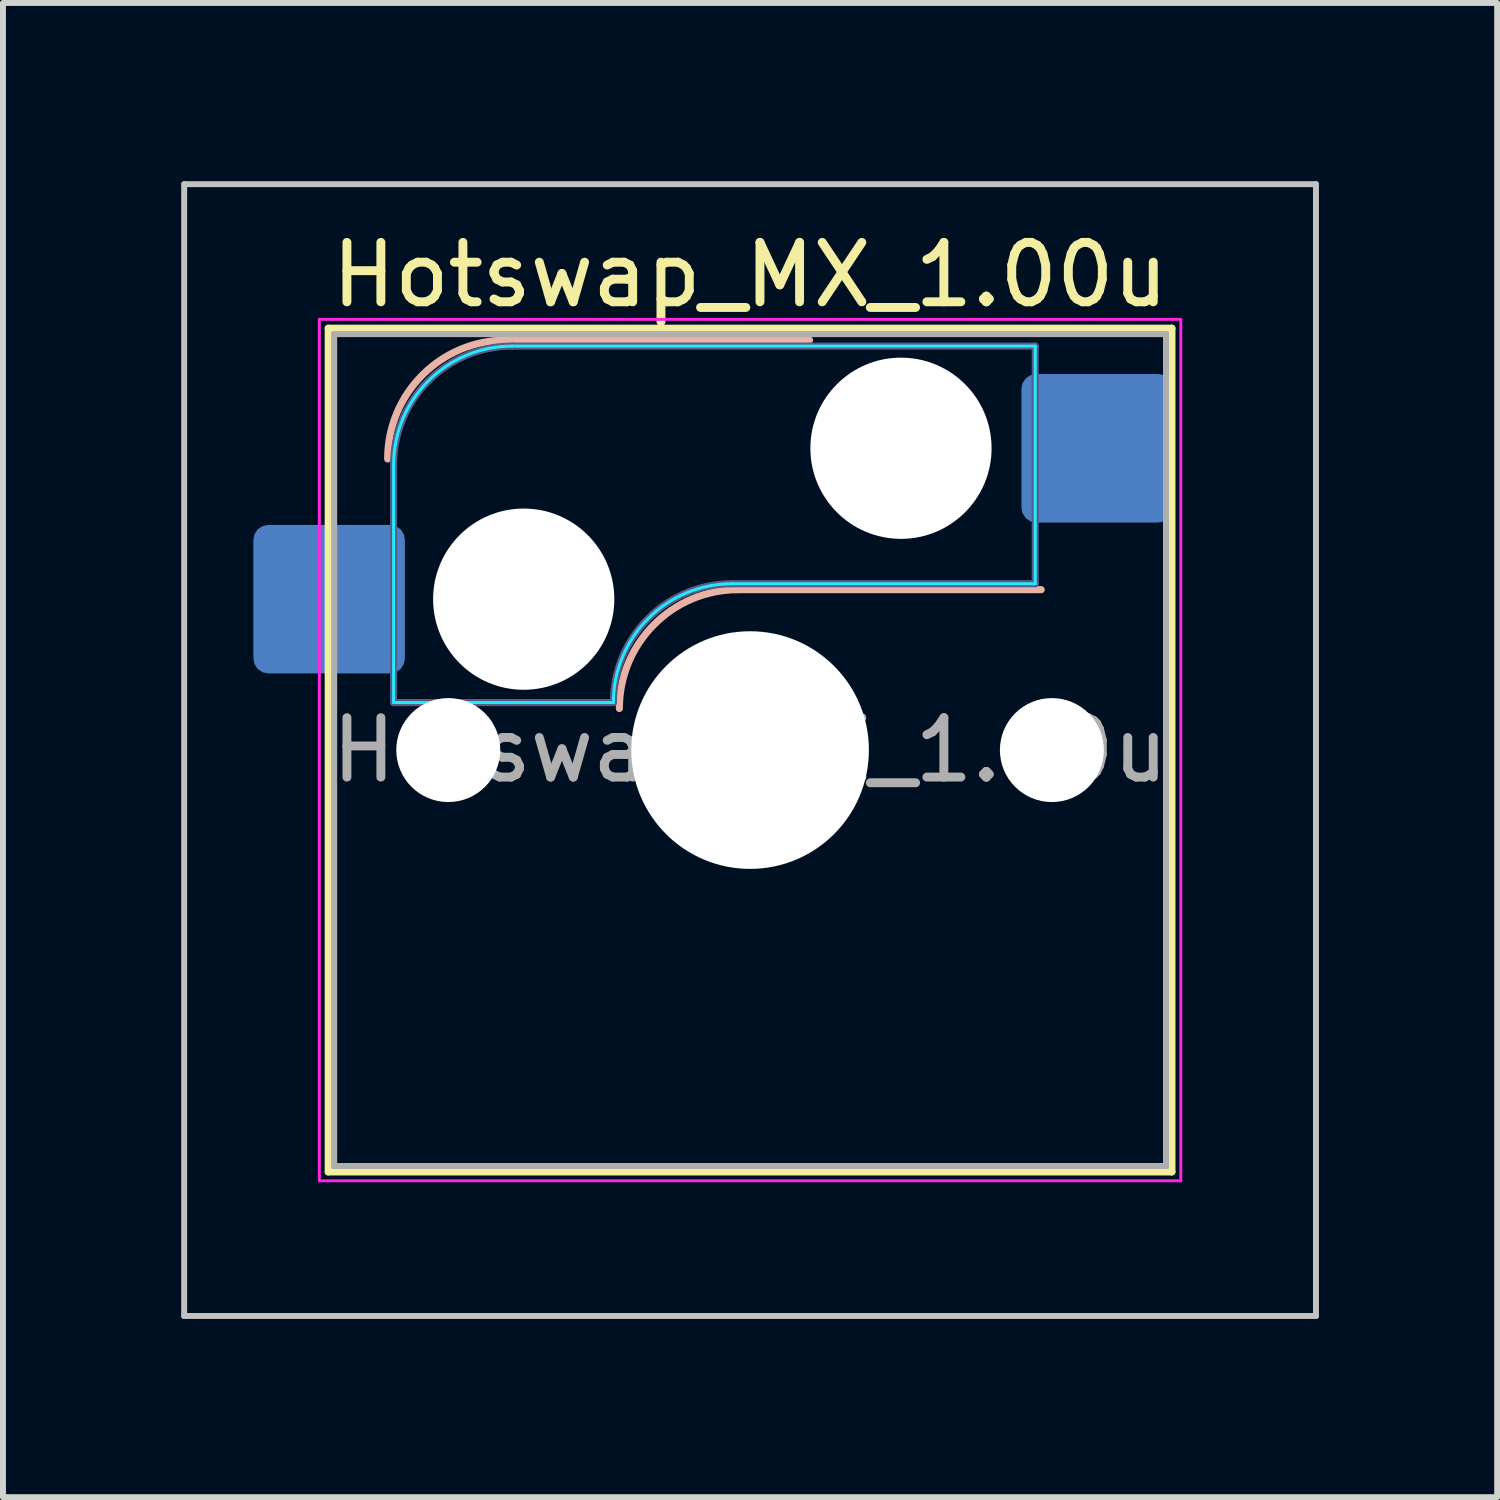
<source format=kicad_pcb>
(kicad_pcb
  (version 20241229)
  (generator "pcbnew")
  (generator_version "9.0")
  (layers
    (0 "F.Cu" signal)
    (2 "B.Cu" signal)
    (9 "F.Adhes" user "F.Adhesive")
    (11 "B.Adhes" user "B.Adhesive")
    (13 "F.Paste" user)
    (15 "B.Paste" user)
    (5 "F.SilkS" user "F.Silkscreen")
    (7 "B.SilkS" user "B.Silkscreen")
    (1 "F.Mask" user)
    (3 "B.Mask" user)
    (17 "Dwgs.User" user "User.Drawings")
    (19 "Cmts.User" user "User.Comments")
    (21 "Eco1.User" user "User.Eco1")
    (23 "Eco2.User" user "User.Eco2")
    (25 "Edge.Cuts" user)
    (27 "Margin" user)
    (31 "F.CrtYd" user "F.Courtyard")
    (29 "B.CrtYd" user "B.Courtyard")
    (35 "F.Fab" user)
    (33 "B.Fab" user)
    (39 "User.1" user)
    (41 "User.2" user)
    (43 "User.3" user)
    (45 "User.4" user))
  (footprint "Hotswap_MX_1.00u"
    (layer "F.Cu")
    (at 9.575 9.575)
    (property "Reference" "Hotswap_MX_1.00u" (at 0 -8 0) (layer "F.SilkS") (effects (font (size 1 1) (thickness 0.15))))
    (attr smd)
    (fp_line (start -7.1 -7.1) (end -7.1 7.1) (stroke (width 0.12) (type solid)) (layer "F.SilkS"))
    (fp_line (start -7.1 7.1) (end 7.1 7.1) (stroke (width 0.12) (type solid)) (layer "F.SilkS"))
    (fp_line (start 7.1 -7.1) (end -7.1 -7.1) (stroke (width 0.12) (type solid)) (layer "F.SilkS"))
    (fp_line (start 7.1 7.1) (end 7.1 -7.1) (stroke (width 0.12) (type solid)) (layer "F.SilkS"))
    (fp_line (start -4.1 -6.9) (end 1 -6.9) (stroke (width 0.12) (type solid)) (layer "B.SilkS"))
    (fp_line (start -0.2 -2.7) (end 4.9 -2.7) (stroke (width 0.12) (type solid)) (layer "B.SilkS"))
    (fp_arc (start -6.1 -4.9) (mid -5.514214 -6.314214) (end -4.1 -6.9) (stroke (width 0.12) (type solid)) (layer "B.SilkS"))
    (fp_arc (start -2.2 -0.7) (mid -1.614214 -2.114214) (end -0.2 -2.7) (stroke (width 0.12) (type solid)) (layer "B.SilkS"))
    (fp_line (start -9.525 -9.525) (end -9.525 9.525) (stroke (width 0.1) (type solid)) (layer "Dwgs.User"))
    (fp_line (start -9.525 9.525) (end 9.525 9.525) (stroke (width 0.1) (type solid)) (layer "Dwgs.User"))
    (fp_line (start 9.525 -9.525) (end -9.525 -9.525) (stroke (width 0.1) (type solid)) (layer "Dwgs.User"))
    (fp_line (start 9.525 9.525) (end 9.525 -9.525) (stroke (width 0.1) (type solid)) (layer "Dwgs.User"))
    (fp_line (start -7.8 -6) (end -7 -6) (stroke (width 0.1) (type solid)) (layer "Eco1.User"))
    (fp_line (start -7.8 -2.9) (end -7.8 -6) (stroke (width 0.1) (type solid)) (layer "Eco1.User"))
    (fp_line (start -7.8 2.9) (end -7 2.9) (stroke (width 0.1) (type solid)) (layer "Eco1.User"))
    (fp_line (start -7.8 6) (end -7.8 2.9) (stroke (width 0.1) (type solid)) (layer "Eco1.User"))
    (fp_line (start -7 -7) (end 7 -7) (stroke (width 0.1) (type solid)) (layer "Eco1.User"))
    (fp_line (start -7 -6) (end -7 -7) (stroke (width 0.1) (type solid)) (layer "Eco1.User"))
    (fp_line (start -7 -2.9) (end -7.8 -2.9) (stroke (width 0.1) (type solid)) (layer "Eco1.User"))
    (fp_line (start -7 2.9) (end -7 -2.9) (stroke (width 0.1) (type solid)) (layer "Eco1.User"))
    (fp_line (start -7 6) (end -7.8 6) (stroke (width 0.1) (type solid)) (layer "Eco1.User"))
    (fp_line (start -7 7) (end -7 6) (stroke (width 0.1) (type solid)) (layer "Eco1.User"))
    (fp_line (start 7 -7) (end 7 -6) (stroke (width 0.1) (type solid)) (layer "Eco1.User"))
    (fp_line (start 7 -6) (end 7.8 -6) (stroke (width 0.1) (type solid)) (layer "Eco1.User"))
    (fp_line (start 7 -2.9) (end 7 2.9) (stroke (width 0.1) (type solid)) (layer "Eco1.User"))
    (fp_line (start 7 2.9) (end 7.8 2.9) (stroke (width 0.1) (type solid)) (layer "Eco1.User"))
    (fp_line (start 7 6) (end 7 7) (stroke (width 0.1) (type solid)) (layer "Eco1.User"))
    (fp_line (start 7 7) (end -7 7) (stroke (width 0.1) (type solid)) (layer "Eco1.User"))
    (fp_line (start 7.8 -6) (end 7.8 -2.9) (stroke (width 0.1) (type solid)) (layer "Eco1.User"))
    (fp_line (start 7.8 -2.9) (end 7 -2.9) (stroke (width 0.1) (type solid)) (layer "Eco1.User"))
    (fp_line (start 7.8 2.9) (end 7.8 6) (stroke (width 0.1) (type solid)) (layer "Eco1.User"))
    (fp_line (start 7.8 6) (end 7 6) (stroke (width 0.1) (type solid)) (layer "Eco1.User"))
    (fp_line (start -6 -0.8) (end -6 -4.8) (stroke (width 0.05) (type solid)) (layer "B.CrtYd"))
    (fp_line (start -6 -0.8) (end -2.3 -0.8) (stroke (width 0.05) (type solid)) (layer "B.CrtYd"))
    (fp_line (start -4 -6.8) (end 4.8 -6.8) (stroke (width 0.05) (type solid)) (layer "B.CrtYd"))
    (fp_line (start -0.3 -2.8) (end 4.8 -2.8) (stroke (width 0.05) (type solid)) (layer "B.CrtYd"))
    (fp_line (start 4.8 -6.8) (end 4.8 -2.8) (stroke (width 0.05) (type solid)) (layer "B.CrtYd"))
    (fp_arc (start -6 -4.8) (mid -5.414214 -6.214214) (end -4 -6.8) (stroke (width 0.05) (type solid)) (layer "B.CrtYd"))
    (fp_arc (start -2.3 -0.8) (mid -1.714214 -2.214214) (end -0.3 -2.8) (stroke (width 0.05) (type solid)) (layer "B.CrtYd"))
    (fp_line (start -7.25 -7.25) (end -7.25 7.25) (stroke (width 0.05) (type solid)) (layer "F.CrtYd"))
    (fp_line (start -7.25 7.25) (end 7.25 7.25) (stroke (width 0.05) (type solid)) (layer "F.CrtYd"))
    (fp_line (start 7.25 -7.25) (end -7.25 -7.25) (stroke (width 0.05) (type solid)) (layer "F.CrtYd"))
    (fp_line (start 7.25 7.25) (end 7.25 -7.25) (stroke (width 0.05) (type solid)) (layer "F.CrtYd"))
    (fp_line (start -6 -0.8) (end -6 -4.8) (stroke (width 0.12) (type solid)) (layer "B.Fab"))
    (fp_line (start -6 -0.8) (end -2.3 -0.8) (stroke (width 0.12) (type solid)) (layer "B.Fab"))
    (fp_line (start -4 -6.8) (end 4.8 -6.8) (stroke (width 0.12) (type solid)) (layer "B.Fab"))
    (fp_line (start -0.3 -2.8) (end 4.8 -2.8) (stroke (width 0.12) (type solid)) (layer "B.Fab"))
    (fp_line (start 4.8 -6.8) (end 4.8 -2.8) (stroke (width 0.12) (type solid)) (layer "B.Fab"))
    (fp_arc (start -6 -4.8) (mid -5.414214 -6.214214) (end -4 -6.8) (stroke (width 0.12) (type solid)) (layer "B.Fab"))
    (fp_arc (start -2.3 -0.8) (mid -1.714214 -2.214214) (end -0.3 -2.8) (stroke (width 0.12) (type solid)) (layer "B.Fab"))
    (fp_line (start -7 -7) (end -7 7) (stroke (width 0.1) (type solid)) (layer "F.Fab"))
    (fp_line (start -7 7) (end 7 7) (stroke (width 0.1) (type solid)) (layer "F.Fab"))
    (fp_line (start 7 -7) (end -7 -7) (stroke (width 0.1) (type solid)) (layer "F.Fab"))
    (fp_line (start 7 7) (end 7 -7) (stroke (width 0.1) (type solid)) (layer "F.Fab"))
    (fp_text user "${REFERENCE}" (at 0 0 0) (layer "F.Fab") (effects (font (size 1 1) (thickness 0.15))))
    (pad "" np_thru_hole circle (at -5.08 0) (size 1.75 1.75) (drill 1.75) (layers "*.Cu" "*.Mask"))
    (pad "" np_thru_hole circle (at -3.81 -2.54) (size 3.05 3.05) (drill 3.05) (layers "*.Cu" "*.Mask"))
    (pad "" np_thru_hole circle (at 0 0) (size 4 4) (drill 4) (layers "*.Cu" "*.Mask"))
    (pad "" np_thru_hole circle (at 2.54 -5.08) (size 3.05 3.05) (drill 3.05) (layers "*.Cu" "*.Mask"))
    (pad "" np_thru_hole circle (at 5.08 0) (size 1.75 1.75) (drill 1.75) (layers "*.Cu" "*.Mask"))
    (pad "1" smd roundrect (at -7.085 -2.54) (size 2.55 2.5) (layers "B.Cu" "B.Mask" "B.Paste") (roundrect_rratio 0.1))
    (pad "2" smd roundrect (at 5.842 -5.08) (size 2.55 2.5) (layers "B.Cu" "B.Mask" "B.Paste") (roundrect_rratio 0.1)))
  (gr_rect
    (start -3 -3)
    (end 22.15 22.15)
    (stroke (width 0.1) (type default))
    (fill no)
    (layer "Edge.Cuts")))
</source>
